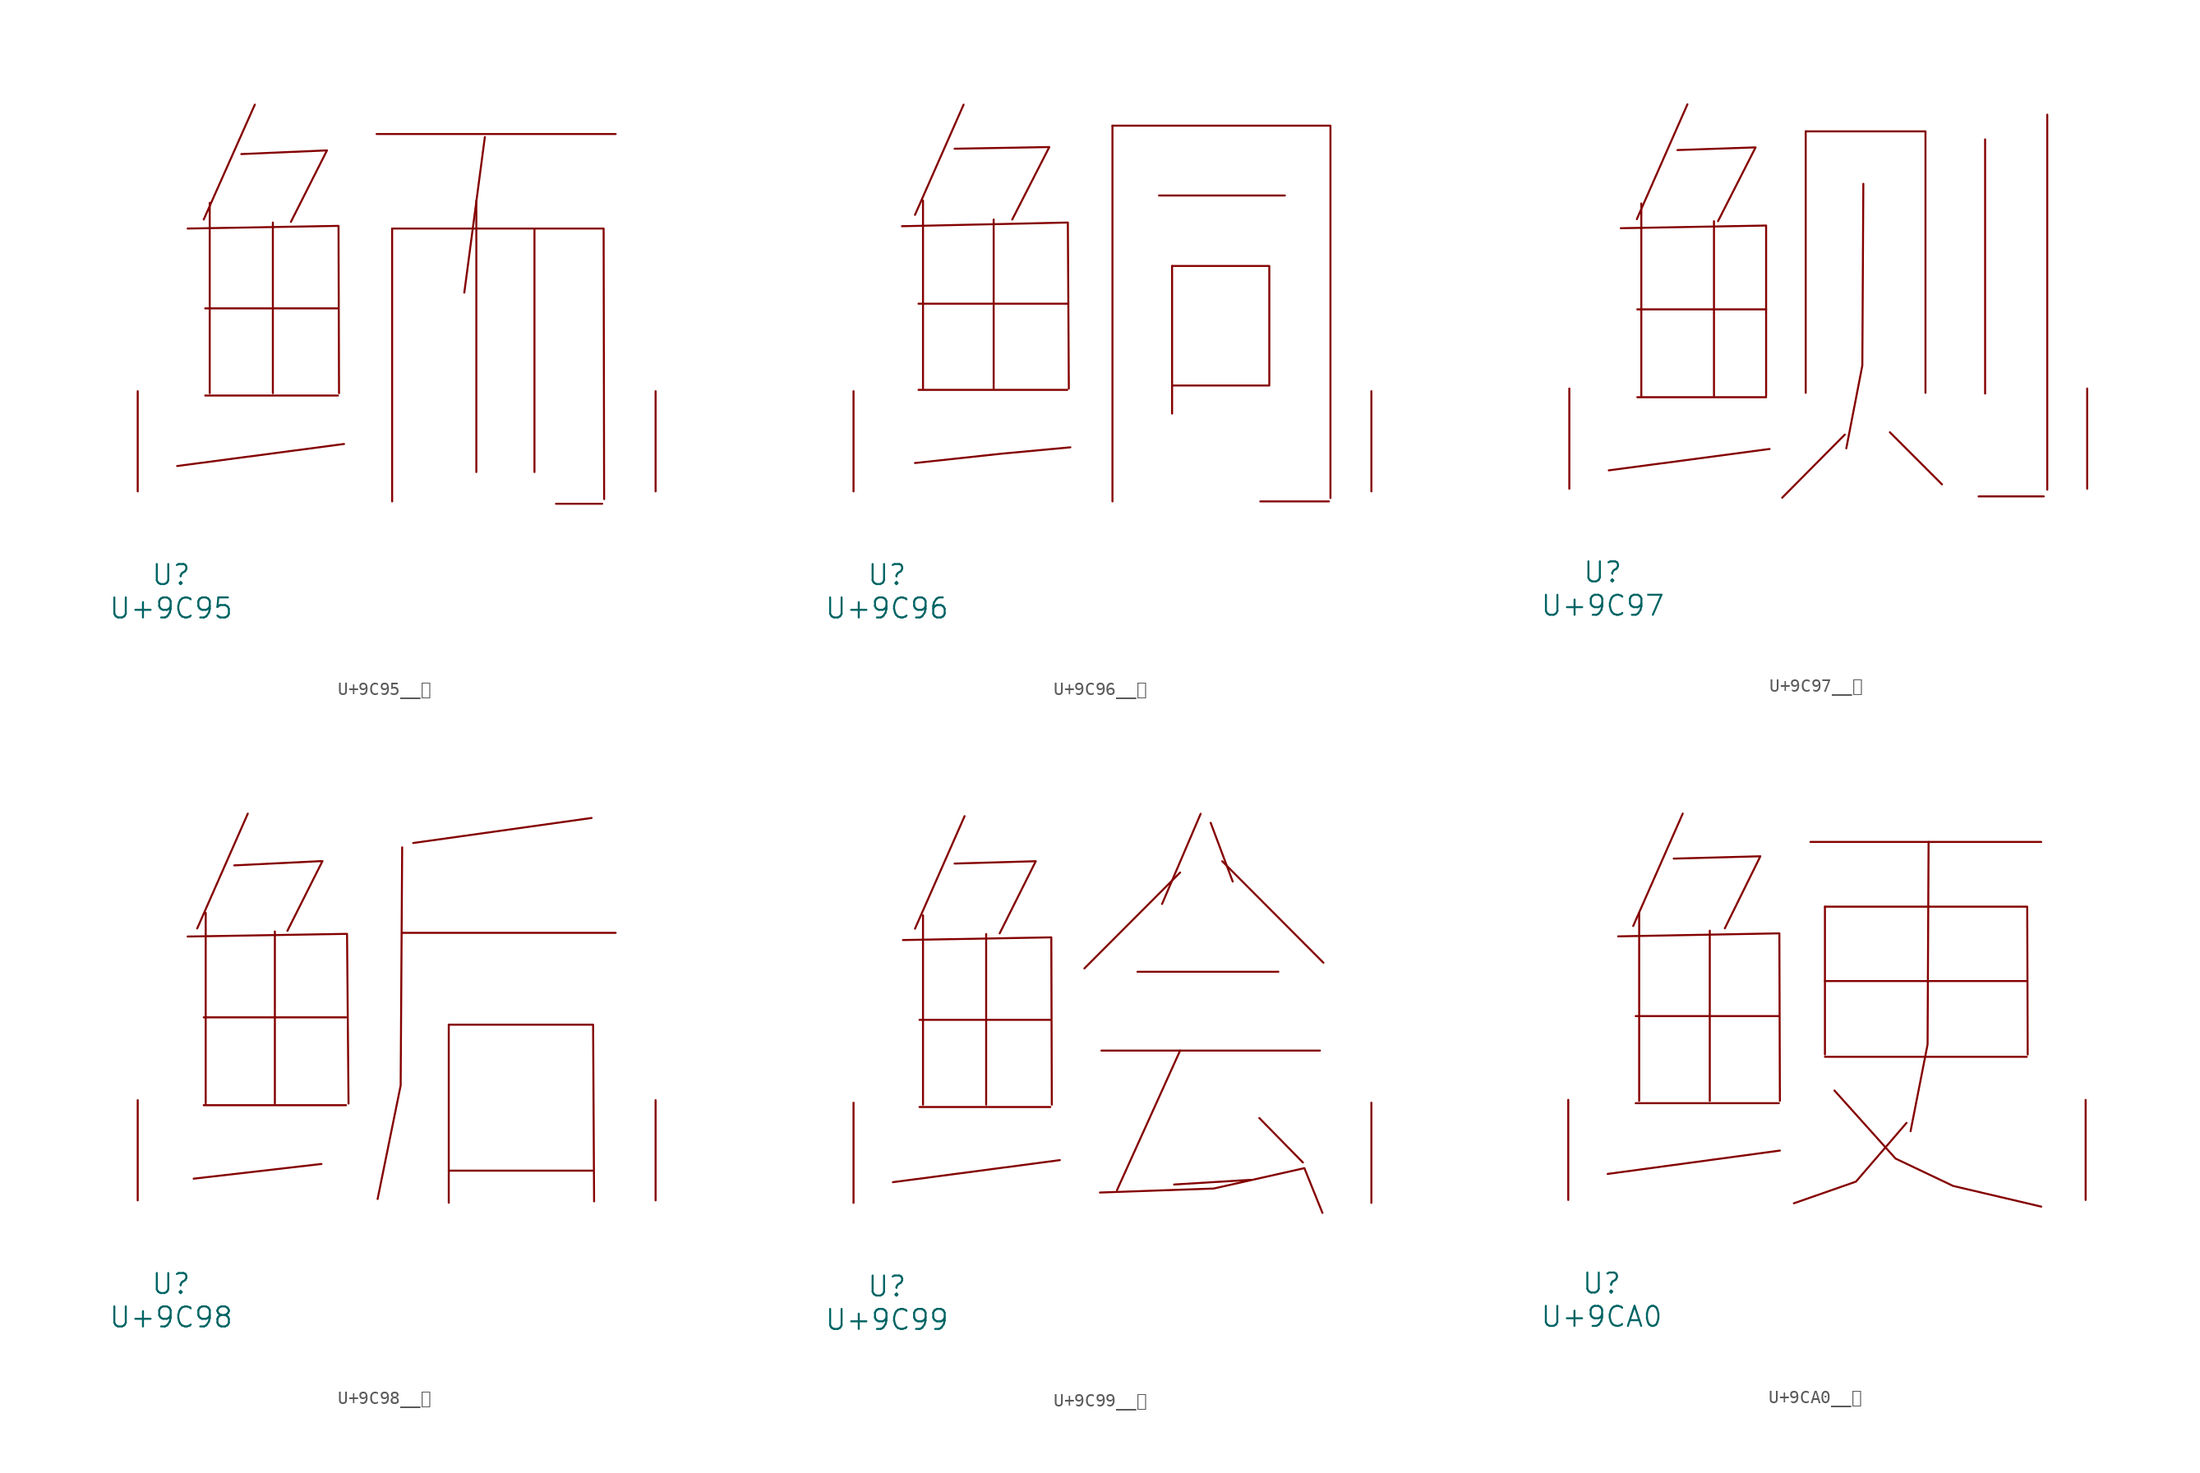
<source format=kicad_sym>
(kicad_symbol_lib
  (version 20231120)
  (generator "kicad_symbol_editor")
  (generator_version "8.0")
  (symbol "U+9C95__鲕"
    (pin_names
      (offset 1.016))
    (property "Reference" "U"
      (at 0 -6.35 0)
      (effects (font (size 1.524 1.524))))
    (property "Value" "U+9C95"
      (at 0 -8.89 0)
      (effects (font (size 1.524 1.524))))
    (symbol "U+9C95__鲕_0_1"
      (polyline (pts (xy 2.591 7.29) (xy 12.687 7.29)) (stroke (width 0) (type solid)) (fill (type none)))
      (polyline (pts (xy 2.591 13.919) (xy 12.687 13.919)) (stroke (width 0) (type solid)) (fill (type none)))
      (polyline (pts (xy 2.934 21.946) (xy 2.934 7.468)) (stroke (width 0) (type solid)) (fill (type none)))
      (polyline (pts (xy 6.363 29.413) (xy 2.477 20.676)) (stroke (width 0) (type solid)) (fill (type none)))
      (polyline (pts (xy 7.734 20.447) (xy 7.734 7.468)) (stroke (width 0) (type solid)) (fill (type none)))
      (polyline (pts (xy 13.145 3.607) (xy 0.457 1.93)) (stroke (width 0) (type solid)) (fill (type none)))
      (polyline (pts (xy 15.621 27.178) (xy 33.795 27.178)) (stroke (width 0) (type solid)) (fill (type none)))
      (polyline (pts (xy 16.802 19.99) (xy 16.802 -0.762)) (stroke (width 0) (type solid)) (fill (type none)))
      (polyline (pts (xy 23.203 22.123) (xy 23.203 1.473)) (stroke (width 0) (type solid)) (fill (type none)))
      (polyline (pts (xy 23.851 26.949) (xy 22.288 15.113)) (stroke (width 0) (type solid)) (fill (type none)))
      (polyline (pts (xy 27.622 19.99) (xy 27.622 1.473)) (stroke (width 0) (type solid)) (fill (type none)))
      (polyline (pts (xy 29.261 -0.94) (xy 32.766 -0.94)) (stroke (width 0) (type solid)) (fill (type none)))
      (polyline (pts (xy 1.257 19.99) (xy 12.725 20.193) (xy 12.764 7.468)) (stroke (width 0) (type solid)) (fill (type none)))
      (polyline (pts (xy 5.334 25.654) (xy 11.849 25.933) (xy 9.106 20.498)) (stroke (width 0) (type solid)) (fill (type none)))
      (polyline (pts (xy 16.802 19.99) (xy 32.88 19.99) (xy 32.918 -0.584)) (stroke (width 0) (type solid)) (fill (type none)))
      (pin input line (at -2.54 0 90) (length 7.62) (name "~" (effects (font (size 1.27 1.27)))) (number "~" (effects (font (size 1.27 1.27)))))
      (pin input line (at 36.83 0 90) (length 7.62) (name "~" (effects (font (size 1.27 1.27)))) (number "~" (effects (font (size 1.27 1.27)))))))
  (symbol "U+9C96__鲖"
    (pin_names
      (offset 1.016))
    (property "Reference" "U"
      (at 0 -6.35 0)
      (effects (font (size 1.524 1.524))))
    (property "Value" "U+9C96"
      (at 0 -8.89 0)
      (effects (font (size 1.524 1.524))))
    (symbol "U+9C96__鲖_0_1"
      (polyline (pts (xy 2.4 7.722) (xy 13.716 7.722)) (stroke (width 0) (type solid)) (fill (type none)))
      (polyline (pts (xy 2.4 14.275) (xy 13.716 14.275)) (stroke (width 0) (type solid)) (fill (type none)))
      (polyline (pts (xy 2.743 22.123) (xy 2.743 7.823)) (stroke (width 0) (type solid)) (fill (type none)))
      (polyline (pts (xy 5.829 29.413) (xy 2.134 21.031)) (stroke (width 0) (type solid)) (fill (type none)))
      (polyline (pts (xy 8.115 20.676) (xy 8.115 7.823)) (stroke (width 0) (type solid)) (fill (type none)))
      (polyline (pts (xy 17.145 27.813) (xy 17.145 -0.762)) (stroke (width 0) (type solid)) (fill (type none)))
      (polyline (pts (xy 20.688 22.504) (xy 30.251 22.504)) (stroke (width 0) (type solid)) (fill (type none)))
      (polyline (pts (xy 21.679 8.052) (xy 29.07 8.052)) (stroke (width 0) (type solid)) (fill (type none)))
      (polyline (pts (xy 21.679 17.145) (xy 21.679 5.918)) (stroke (width 0) (type solid)) (fill (type none)))
      (polyline (pts (xy 28.384 -0.762) (xy 33.604 -0.762)) (stroke (width 0) (type solid)) (fill (type none)))
      (polyline (pts (xy 1.143 20.168) (xy 13.754 20.447) (xy 13.83 7.823)) (stroke (width 0) (type solid)) (fill (type none)))
      (polyline (pts (xy 5.144 26.06) (xy 12.344 26.187) (xy 9.525 20.676)) (stroke (width 0) (type solid)) (fill (type none)))
      (polyline (pts (xy 13.945 3.353) (xy 8.725 2.87) (xy 2.134 2.159)) (stroke (width 0) (type solid)) (fill (type none)))
      (polyline (pts (xy 17.145 27.813) (xy 33.718 27.813) (xy 33.718 -0.508)) (stroke (width 0) (type solid)) (fill (type none)))
      (polyline (pts (xy 21.679 17.145) (xy 29.07 17.145) (xy 29.07 8.153)) (stroke (width 0) (type solid)) (fill (type none)))
      (pin input line (at -2.54 0 90) (length 7.62) (name "~" (effects (font (size 1.27 1.27)))) (number "~" (effects (font (size 1.27 1.27)))))
      (pin input line (at 36.83 0 90) (length 7.62) (name "~" (effects (font (size 1.27 1.27)))) (number "~" (effects (font (size 1.27 1.27)))))))
  (symbol "U+9C97__鲗"
    (pin_names
      (offset 1.016))
    (property "Reference" "U"
      (at 0 -6.35 0)
      (effects (font (size 1.524 1.524))))
    (property "Value" "U+9C97"
      (at 0 -8.89 0)
      (effects (font (size 1.524 1.524))))
    (symbol "U+9C97__鲗_0_1"
      (polyline (pts (xy 2.629 6.96) (xy 12.421 6.96)) (stroke (width 0) (type solid)) (fill (type none)))
      (polyline (pts (xy 2.629 13.64) (xy 12.421 13.64)) (stroke (width 0) (type solid)) (fill (type none)))
      (polyline (pts (xy 2.934 21.692) (xy 2.934 7.061)) (stroke (width 0) (type solid)) (fill (type none)))
      (polyline (pts (xy 6.439 29.235) (xy 2.591 20.498)) (stroke (width 0) (type solid)) (fill (type none)))
      (polyline (pts (xy 8.458 20.345) (xy 8.458 7.061)) (stroke (width 0) (type solid)) (fill (type none)))
      (polyline (pts (xy 12.687 3.023) (xy 0.457 1.397)) (stroke (width 0) (type solid)) (fill (type none)))
      (polyline (pts (xy 15.431 27.178) (xy 15.431 7.29)) (stroke (width 0) (type solid)) (fill (type none)))
      (polyline (pts (xy 18.402 4.115) (xy 13.64 -0.686)) (stroke (width 0) (type solid)) (fill (type none)))
      (polyline (pts (xy 21.831 4.293) (xy 25.794 0.33)) (stroke (width 0) (type solid)) (fill (type none)))
      (polyline (pts (xy 28.575 -0.584) (xy 33.528 -0.584)) (stroke (width 0) (type solid)) (fill (type none)))
      (polyline (pts (xy 29.07 26.568) (xy 29.07 7.239)) (stroke (width 0) (type solid)) (fill (type none)))
      (polyline (pts (xy 33.795 28.448) (xy 33.795 -0.076)) (stroke (width 0) (type solid)) (fill (type none)))
      (polyline (pts (xy 1.372 19.812) (xy 12.421 20.015) (xy 12.421 7.061)) (stroke (width 0) (type solid)) (fill (type none)))
      (polyline (pts (xy 5.677 25.756) (xy 11.62 25.959) (xy 8.763 20.345)) (stroke (width 0) (type solid)) (fill (type none)))
      (polyline (pts (xy 15.431 27.178) (xy 24.536 27.178) (xy 24.536 7.29)) (stroke (width 0) (type solid)) (fill (type none)))
      (polyline (pts (xy 19.812 23.19) (xy 19.736 9.373) (xy 18.517 3.073)) (stroke (width 0) (type solid)) (fill (type none)))
      (pin input line (at -2.54 0 90) (length 7.62) (name "~" (effects (font (size 1.27 1.27)))) (number "~" (effects (font (size 1.27 1.27)))))
      (pin input line (at 36.83 0 90) (length 7.62) (name "~" (effects (font (size 1.27 1.27)))) (number "~" (effects (font (size 1.27 1.27)))))))
  (symbol "U+9C98__鲘"
    (pin_names
      (offset 1.016))
    (property "Reference" "U"
      (at 0 -6.35 0)
      (effects (font (size 1.524 1.524))))
    (property "Value" "U+9C98"
      (at 0 -8.89 0)
      (effects (font (size 1.524 1.524))))
    (symbol "U+9C98__鲘_0_1"
      (polyline (pts (xy 2.477 7.239) (xy 13.297 7.239)) (stroke (width 0) (type solid)) (fill (type none)))
      (polyline (pts (xy 2.477 13.919) (xy 13.297 13.919)) (stroke (width 0) (type solid)) (fill (type none)))
      (polyline (pts (xy 2.629 21.869) (xy 2.629 7.366)) (stroke (width 0) (type solid)) (fill (type none)))
      (polyline (pts (xy 5.829 29.413) (xy 1.981 20.676)) (stroke (width 0) (type solid)) (fill (type none)))
      (polyline (pts (xy 7.887 20.447) (xy 7.887 7.366)) (stroke (width 0) (type solid)) (fill (type none)))
      (polyline (pts (xy 11.43 2.769) (xy 1.714 1.651)) (stroke (width 0) (type solid)) (fill (type none)))
      (polyline (pts (xy 17.564 20.345) (xy 33.795 20.345)) (stroke (width 0) (type solid)) (fill (type none)))
      (polyline (pts (xy 21.107 2.261) (xy 32.08 2.261)) (stroke (width 0) (type solid)) (fill (type none)))
      (polyline (pts (xy 21.107 13.36) (xy 21.107 -0.178)) (stroke (width 0) (type solid)) (fill (type none)))
      (polyline (pts (xy 31.966 29.083) (xy 18.402 27.178)) (stroke (width 0) (type solid)) (fill (type none)))
      (polyline (pts (xy 1.257 20.066) (xy 13.373 20.269) (xy 13.487 7.366)) (stroke (width 0) (type solid)) (fill (type none)))
      (polyline (pts (xy 4.801 25.476) (xy 11.506 25.806) (xy 8.839 20.498)) (stroke (width 0) (type solid)) (fill (type none)))
      (polyline (pts (xy 17.564 26.848) (xy 17.45 8.738) (xy 15.697 0.102)) (stroke (width 0) (type solid)) (fill (type none)))
      (polyline (pts (xy 21.107 13.36) (xy 32.08 13.36) (xy 32.156 -0.076)) (stroke (width 0) (type solid)) (fill (type none)))
      (pin input line (at -2.54 0 90) (length 7.62) (name "~" (effects (font (size 1.27 1.27)))) (number "~" (effects (font (size 1.27 1.27)))))
      (pin input line (at 36.83 0 90) (length 7.62) (name "~" (effects (font (size 1.27 1.27)))) (number "~" (effects (font (size 1.27 1.27)))))))
  (symbol "U+9C99__鲙"
    (pin_names
      (offset 1.016))
    (property "Reference" "U"
      (at 0 -6.35 0)
      (effects (font (size 1.524 1.524))))
    (property "Value" "U+9C99"
      (at 0 -8.89 0)
      (effects (font (size 1.524 1.524))))
    (symbol "U+9C99__鲙_0_1"
      (polyline (pts (xy 2.477 7.29) (xy 12.421 7.29)) (stroke (width 0) (type solid)) (fill (type none)))
      (polyline (pts (xy 2.477 13.919) (xy 12.421 13.919)) (stroke (width 0) (type solid)) (fill (type none)))
      (polyline (pts (xy 2.743 21.869) (xy 2.743 7.468)) (stroke (width 0) (type solid)) (fill (type none)))
      (polyline (pts (xy 5.905 29.413) (xy 2.134 20.853)) (stroke (width 0) (type solid)) (fill (type none)))
      (polyline (pts (xy 7.544 20.447) (xy 7.544 7.468)) (stroke (width 0) (type solid)) (fill (type none)))
      (polyline (pts (xy 13.145 3.251) (xy 0.457 1.575)) (stroke (width 0) (type solid)) (fill (type none)))
      (polyline (pts (xy 16.307 11.582) (xy 32.918 11.582)) (stroke (width 0) (type solid)) (fill (type none)))
      (polyline (pts (xy 19.05 17.577) (xy 29.756 17.577)) (stroke (width 0) (type solid)) (fill (type none)))
      (polyline (pts (xy 22.288 11.582) (xy 17.488 0.965)) (stroke (width 0) (type solid)) (fill (type none)))
      (polyline (pts (xy 22.288 25.121) (xy 15.011 17.831)) (stroke (width 0) (type solid)) (fill (type none)))
      (polyline (pts (xy 23.851 29.591) (xy 20.917 22.733)) (stroke (width 0) (type solid)) (fill (type none)))
      (polyline (pts (xy 24.613 28.905) (xy 26.289 24.435)) (stroke (width 0) (type solid)) (fill (type none)))
      (polyline (pts (xy 25.489 25.984) (xy 33.185 18.263)) (stroke (width 0) (type solid)) (fill (type none)))
      (polyline (pts (xy 27.661 1.753) (xy 21.831 1.397)) (stroke (width 0) (type solid)) (fill (type none)))
      (polyline (pts (xy 28.308 6.452) (xy 31.623 3.073)) (stroke (width 0) (type solid)) (fill (type none)))
      (polyline (pts (xy 1.219 19.99) (xy 12.497 20.193) (xy 12.535 7.468)) (stroke (width 0) (type solid)) (fill (type none)))
      (polyline (pts (xy 5.144 25.806) (xy 11.316 25.984) (xy 8.572 20.498)) (stroke (width 0) (type solid)) (fill (type none)))
      (polyline (pts (xy 16.192 0.787) (xy 24.841 1.092) (xy 31.737 2.642) (xy 33.109 -0.762)) (stroke (width 0) (type solid)) (fill (type none)))
      (pin input line (at -2.54 0 90) (length 7.62) (name "~" (effects (font (size 1.27 1.27)))) (number "~" (effects (font (size 1.27 1.27)))))
      (pin input line (at 36.83 0 90) (length 7.62) (name "~" (effects (font (size 1.27 1.27)))) (number "~" (effects (font (size 1.27 1.27)))))))
  (symbol "U+9CA0__鲠"
    (pin_names
      (offset 1.016))
    (property "Reference" "U"
      (at 0 -6.35 0)
      (effects (font (size 1.524 1.524))))
    (property "Value" "U+9CA0"
      (at 0 -8.89 0)
      (effects (font (size 1.524 1.524))))
    (symbol "U+9CA0__鲠_0_1"
      (polyline (pts (xy 2.591 7.366) (xy 13.487 7.366)) (stroke (width 0) (type solid)) (fill (type none)))
      (polyline (pts (xy 2.591 13.995) (xy 13.487 13.995)) (stroke (width 0) (type solid)) (fill (type none)))
      (polyline (pts (xy 2.857 21.869) (xy 2.857 7.544)) (stroke (width 0) (type solid)) (fill (type none)))
      (polyline (pts (xy 6.172 29.413) (xy 2.4 20.853)) (stroke (width 0) (type solid)) (fill (type none)))
      (polyline (pts (xy 8.23 20.498) (xy 8.23 7.544)) (stroke (width 0) (type solid)) (fill (type none)))
      (polyline (pts (xy 13.564 3.759) (xy 0.457 1.981)) (stroke (width 0) (type solid)) (fill (type none)))
      (polyline (pts (xy 15.888 27.254) (xy 33.452 27.254)) (stroke (width 0) (type solid)) (fill (type none)))
      (polyline (pts (xy 16.993 10.897) (xy 32.347 10.897)) (stroke (width 0) (type solid)) (fill (type none)))
      (polyline (pts (xy 16.993 16.662) (xy 32.347 16.662)) (stroke (width 0) (type solid)) (fill (type none)))
      (polyline (pts (xy 16.993 22.327) (xy 16.993 11.074)) (stroke (width 0) (type solid)) (fill (type none)))
      (polyline (pts (xy 1.257 20.066) (xy 13.525 20.295) (xy 13.564 7.544)) (stroke (width 0) (type solid)) (fill (type none)))
      (polyline (pts (xy 5.486 25.984) (xy 12.078 26.162) (xy 9.373 20.676)) (stroke (width 0) (type solid)) (fill (type none)))
      (polyline (pts (xy 16.993 22.327) (xy 32.385 22.327) (xy 32.423 11.074)) (stroke (width 0) (type solid)) (fill (type none)))
      (polyline (pts (xy 23.203 5.867) (xy 19.355 1.397) (xy 14.63 -0.254)) (stroke (width 0) (type solid)) (fill (type none)))
      (polyline (pts (xy 24.879 27.254) (xy 24.803 11.836) (xy 23.508 5.232)) (stroke (width 0) (type solid)) (fill (type none)))
      (polyline (pts (xy 17.716 8.331) (xy 22.365 3.15) (xy 26.746 1.067) (xy 33.452 -0.508)) (stroke (width 0) (type solid)) (fill (type none)))
      (pin input line (at -2.54 0 90) (length 7.62) (name "~" (effects (font (size 1.27 1.27)))) (number "~" (effects (font (size 1.27 1.27)))))
      (pin input line (at 36.83 0 90) (length 7.62) (name "~" (effects (font (size 1.27 1.27)))) (number "~" (effects (font (size 1.27 1.27))))))))
</source>
